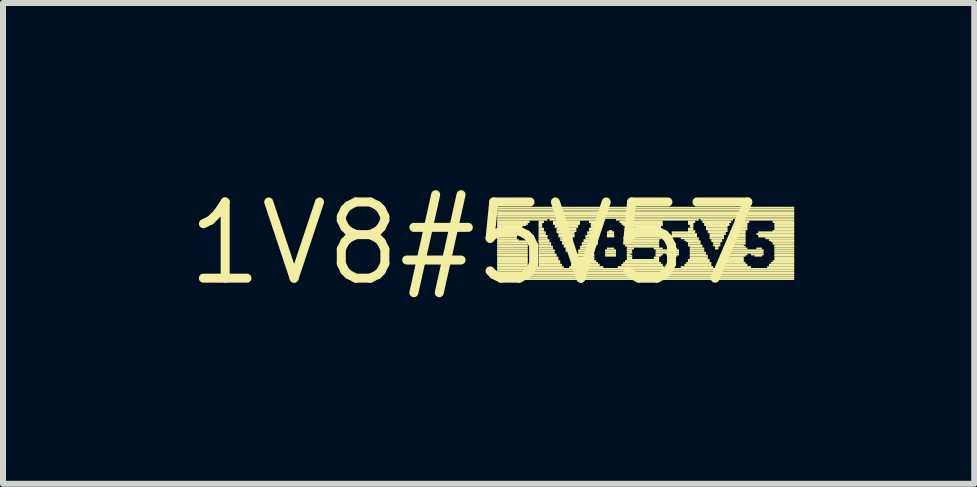
<source format=kicad_pcb>
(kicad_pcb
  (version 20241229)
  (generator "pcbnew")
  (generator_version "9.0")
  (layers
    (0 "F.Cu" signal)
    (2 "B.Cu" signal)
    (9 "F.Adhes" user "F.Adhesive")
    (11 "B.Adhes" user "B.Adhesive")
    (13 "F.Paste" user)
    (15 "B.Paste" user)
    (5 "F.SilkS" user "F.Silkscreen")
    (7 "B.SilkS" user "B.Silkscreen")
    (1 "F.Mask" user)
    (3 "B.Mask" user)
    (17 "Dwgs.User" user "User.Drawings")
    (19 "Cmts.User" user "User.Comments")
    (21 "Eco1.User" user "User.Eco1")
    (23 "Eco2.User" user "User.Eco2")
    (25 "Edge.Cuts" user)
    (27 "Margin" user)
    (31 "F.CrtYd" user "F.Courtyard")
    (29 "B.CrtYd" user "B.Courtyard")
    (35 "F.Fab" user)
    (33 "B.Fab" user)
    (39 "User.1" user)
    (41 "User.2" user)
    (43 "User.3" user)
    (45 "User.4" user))
  (footprint "1V8#5V57"
    (layer "F.Cu")
    (at 4.845 1.006)
    (property "Reference" "1V8#5V57" (at 0 0 0) (layer "F.SilkS") (effects (font (size 1.27 1.27) (thickness 0.15))))
    (fp_poly (pts (xy 0.39 -0.58) (xy 5.34 -0.58) (xy 5.34 -0.61) (xy 0.39 -0.61)) (stroke (width 0) (type default)) (fill yes) (layer "F.SilkS"))
    (fp_poly (pts (xy 0.39 -0.55) (xy 5.34 -0.55) (xy 5.34 -0.58) (xy 0.39 -0.58)) (stroke (width 0) (type default)) (fill yes) (layer "F.SilkS"))
    (fp_poly (pts (xy 0.39 -0.53) (xy 5.34 -0.53) (xy 5.34 -0.55) (xy 0.39 -0.55)) (stroke (width 0) (type default)) (fill yes) (layer "F.SilkS"))
    (fp_poly (pts (xy 0.39 -0.49) (xy 5.34 -0.49) (xy 5.34 -0.53) (xy 0.39 -0.53)) (stroke (width 0) (type default)) (fill yes) (layer "F.SilkS"))
    (fp_poly (pts (xy 0.39 -0.46) (xy 5.34 -0.46) (xy 5.34 -0.49) (xy 0.39 -0.49)) (stroke (width 0) (type default)) (fill yes) (layer "F.SilkS"))
    (fp_poly (pts (xy 0.39 -0.43) (xy 5.34 -0.43) (xy 5.34 -0.46) (xy 0.39 -0.46)) (stroke (width 0) (type default)) (fill yes) (layer "F.SilkS"))
    (fp_poly (pts (xy 0.39 -0.41) (xy 5.34 -0.41) (xy 5.34 -0.43) (xy 0.39 -0.43)) (stroke (width 0) (type default)) (fill yes) (layer "F.SilkS"))
    (fp_poly (pts (xy 0.39 -0.38) (xy 1.23 -0.38) (xy 1.23 -0.41) (xy 0.39 -0.41)) (stroke (width 0) (type default)) (fill yes) (layer "F.SilkS"))
    (fp_poly (pts (xy 0.39 -0.34) (xy 0.93 -0.34) (xy 0.93 -0.38) (xy 0.39 -0.38)) (stroke (width 0) (type default)) (fill yes) (layer "F.SilkS"))
    (fp_poly (pts (xy 0.39 -0.31) (xy 0.9 -0.31) (xy 0.9 -0.34) (xy 0.39 -0.34)) (stroke (width 0) (type default)) (fill yes) (layer "F.SilkS"))
    (fp_poly (pts (xy 0.39 -0.29) (xy 0.87 -0.29) (xy 0.87 -0.32) (xy 0.39 -0.32)) (stroke (width 0) (type default)) (fill yes) (layer "F.SilkS"))
    (fp_poly (pts (xy 0.39 -0.26) (xy 0.81 -0.26) (xy 0.81 -0.29) (xy 0.39 -0.29)) (stroke (width 0) (type default)) (fill yes) (layer "F.SilkS"))
    (fp_poly (pts (xy 0.39 -0.22) (xy 0.78 -0.22) (xy 0.78 -0.26) (xy 0.39 -0.26)) (stroke (width 0) (type default)) (fill yes) (layer "F.SilkS"))
    (fp_poly (pts (xy 0.39 -0.19) (xy 0.75 -0.19) (xy 0.75 -0.22) (xy 0.39 -0.22)) (stroke (width 0) (type default)) (fill yes) (layer "F.SilkS"))
    (fp_poly (pts (xy 0.39 -0.17) (xy 0.72 -0.17) (xy 0.72 -0.2) (xy 0.39 -0.2)) (stroke (width 0) (type default)) (fill yes) (layer "F.SilkS"))
    (fp_poly (pts (xy 0.39 -0.14) (xy 0.72 -0.14) (xy 0.72 -0.17) (xy 0.39 -0.17)) (stroke (width 0) (type default)) (fill yes) (layer "F.SilkS"))
    (fp_poly (pts (xy 0.39 -0.1) (xy 0.72 -0.1) (xy 0.72 -0.14) (xy 0.39 -0.14)) (stroke (width 0) (type default)) (fill yes) (layer "F.SilkS"))
    (fp_poly (pts (xy 0.39 -0.07) (xy 0.72 -0.07) (xy 0.72 -0.1) (xy 0.39 -0.1)) (stroke (width 0) (type default)) (fill yes) (layer "F.SilkS"))
    (fp_poly (pts (xy 0.39 -0.04) (xy 0.75 -0.04) (xy 0.75 -0.07) (xy 0.39 -0.07)) (stroke (width 0) (type default)) (fill yes) (layer "F.SilkS"))
    (fp_poly (pts (xy 0.39 -0.02) (xy 0.9 -0.02) (xy 0.9 -0.05) (xy 0.39 -0.05)) (stroke (width 0) (type default)) (fill yes) (layer "F.SilkS"))
    (fp_poly (pts (xy 0.39 0.02) (xy 0.9 0.02) (xy 0.9 -0.02) (xy 0.39 -0.02)) (stroke (width 0) (type default)) (fill yes) (layer "F.SilkS"))
    (fp_poly (pts (xy 0.39 0.05) (xy 0.9 0.05) (xy 0.9 0.02) (xy 0.39 0.02)) (stroke (width 0) (type default)) (fill yes) (layer "F.SilkS"))
    (fp_poly (pts (xy 0.39 0.07) (xy 0.9 0.07) (xy 0.9 0.04) (xy 0.39 0.04)) (stroke (width 0) (type default)) (fill yes) (layer "F.SilkS"))
    (fp_poly (pts (xy 0.39 0.1) (xy 0.9 0.1) (xy 0.9 0.07) (xy 0.39 0.07)) (stroke (width 0) (type default)) (fill yes) (layer "F.SilkS"))
    (fp_poly (pts (xy 0.39 0.14) (xy 0.9 0.14) (xy 0.9 0.1) (xy 0.39 0.1)) (stroke (width 0) (type default)) (fill yes) (layer "F.SilkS"))
    (fp_poly (pts (xy 0.39 0.17) (xy 0.9 0.17) (xy 0.9 0.14) (xy 0.39 0.14)) (stroke (width 0) (type default)) (fill yes) (layer "F.SilkS"))
    (fp_poly (pts (xy 0.39 0.2) (xy 0.9 0.2) (xy 0.9 0.17) (xy 0.39 0.17)) (stroke (width 0) (type default)) (fill yes) (layer "F.SilkS"))
    (fp_poly (pts (xy 0.39 0.22) (xy 0.9 0.22) (xy 0.9 0.19) (xy 0.39 0.19)) (stroke (width 0) (type default)) (fill yes) (layer "F.SilkS"))
    (fp_poly (pts (xy 0.39 0.26) (xy 0.9 0.26) (xy 0.9 0.22) (xy 0.39 0.22)) (stroke (width 0) (type default)) (fill yes) (layer "F.SilkS"))
    (fp_poly (pts (xy 0.39 0.29) (xy 0.9 0.29) (xy 0.9 0.26) (xy 0.39 0.26)) (stroke (width 0) (type default)) (fill yes) (layer "F.SilkS"))
    (fp_poly (pts (xy 0.39 0.31) (xy 0.9 0.31) (xy 0.9 0.28) (xy 0.39 0.28)) (stroke (width 0) (type default)) (fill yes) (layer "F.SilkS"))
    (fp_poly (pts (xy 0.39 0.34) (xy 0.9 0.34) (xy 0.9 0.31) (xy 0.39 0.31)) (stroke (width 0) (type default)) (fill yes) (layer "F.SilkS"))
    (fp_poly (pts (xy 0.39 0.38) (xy 0.9 0.38) (xy 0.9 0.34) (xy 0.39 0.34)) (stroke (width 0) (type default)) (fill yes) (layer "F.SilkS"))
    (fp_poly (pts (xy 0.39 0.41) (xy 0.9 0.41) (xy 0.9 0.38) (xy 0.39 0.38)) (stroke (width 0) (type default)) (fill yes) (layer "F.SilkS"))
    (fp_poly (pts (xy 0.39 0.44) (xy 5.34 0.44) (xy 5.34 0.41) (xy 0.39 0.41)) (stroke (width 0) (type default)) (fill yes) (layer "F.SilkS"))
    (fp_poly (pts (xy 0.39 0.47) (xy 5.34 0.47) (xy 5.34 0.44) (xy 0.39 0.44)) (stroke (width 0) (type default)) (fill yes) (layer "F.SilkS"))
    (fp_poly (pts (xy 0.39 0.5) (xy 5.34 0.5) (xy 5.34 0.47) (xy 0.39 0.47)) (stroke (width 0) (type default)) (fill yes) (layer "F.SilkS"))
    (fp_poly (pts (xy 0.39 0.52) (xy 5.34 0.52) (xy 5.34 0.49) (xy 0.39 0.49)) (stroke (width 0) (type default)) (fill yes) (layer "F.SilkS"))
    (fp_poly (pts (xy 0.39 0.55) (xy 5.34 0.55) (xy 5.34 0.52) (xy 0.39 0.52)) (stroke (width 0) (type default)) (fill yes) (layer "F.SilkS"))
    (fp_poly (pts (xy 0.39 0.58) (xy 5.34 0.58) (xy 5.34 0.55) (xy 0.39 0.55)) (stroke (width 0) (type default)) (fill yes) (layer "F.SilkS"))
    (fp_poly (pts (xy 0.39 0.61) (xy 5.34 0.61) (xy 5.34 0.58) (xy 0.39 0.58)) (stroke (width 0) (type default)) (fill yes) (layer "F.SilkS"))
    (fp_poly (pts (xy 0.87 -0.04) (xy 0.9 -0.04) (xy 0.9 -0.07) (xy 0.87 -0.07)) (stroke (width 0) (type default)) (fill yes) (layer "F.SilkS"))
    (fp_poly (pts (xy 1.05 0.41) (xy 1.5 0.41) (xy 1.5 0.38) (xy 1.05 0.38)) (stroke (width 0) (type default)) (fill yes) (layer "F.SilkS"))
    (fp_poly (pts (xy 1.08 -0.34) (xy 1.17 -0.34) (xy 1.17 -0.38) (xy 1.08 -0.38)) (stroke (width 0) (type default)) (fill yes) (layer "F.SilkS"))
    (fp_poly (pts (xy 1.08 -0.31) (xy 1.14 -0.31) (xy 1.14 -0.34) (xy 1.08 -0.34)) (stroke (width 0) (type default)) (fill yes) (layer "F.SilkS"))
    (fp_poly (pts (xy 1.08 -0.29) (xy 1.14 -0.29) (xy 1.14 -0.32) (xy 1.08 -0.32)) (stroke (width 0) (type default)) (fill yes) (layer "F.SilkS"))
    (fp_poly (pts (xy 1.08 -0.26) (xy 1.14 -0.26) (xy 1.14 -0.29) (xy 1.08 -0.29)) (stroke (width 0) (type default)) (fill yes) (layer "F.SilkS"))
    (fp_poly (pts (xy 1.08 -0.22) (xy 1.17 -0.22) (xy 1.17 -0.26) (xy 1.08 -0.26)) (stroke (width 0) (type default)) (fill yes) (layer "F.SilkS"))
    (fp_poly (pts (xy 1.08 -0.19) (xy 1.17 -0.19) (xy 1.17 -0.22) (xy 1.08 -0.22)) (stroke (width 0) (type default)) (fill yes) (layer "F.SilkS"))
    (fp_poly (pts (xy 1.08 -0.17) (xy 1.2 -0.17) (xy 1.2 -0.2) (xy 1.08 -0.2)) (stroke (width 0) (type default)) (fill yes) (layer "F.SilkS"))
    (fp_poly (pts (xy 1.08 -0.14) (xy 1.2 -0.14) (xy 1.2 -0.17) (xy 1.08 -0.17)) (stroke (width 0) (type default)) (fill yes) (layer "F.SilkS"))
    (fp_poly (pts (xy 1.08 -0.1) (xy 1.23 -0.1) (xy 1.23 -0.14) (xy 1.08 -0.14)) (stroke (width 0) (type default)) (fill yes) (layer "F.SilkS"))
    (fp_poly (pts (xy 1.08 -0.07) (xy 1.23 -0.07) (xy 1.23 -0.1) (xy 1.08 -0.1)) (stroke (width 0) (type default)) (fill yes) (layer "F.SilkS"))
    (fp_poly (pts (xy 1.08 -0.04) (xy 1.26 -0.04) (xy 1.26 -0.07) (xy 1.08 -0.07)) (stroke (width 0) (type default)) (fill yes) (layer "F.SilkS"))
    (fp_poly (pts (xy 1.08 -0.02) (xy 1.26 -0.02) (xy 1.26 -0.05) (xy 1.08 -0.05)) (stroke (width 0) (type default)) (fill yes) (layer "F.SilkS"))
    (fp_poly (pts (xy 1.08 0.02) (xy 1.29 0.02) (xy 1.29 -0.02) (xy 1.08 -0.02)) (stroke (width 0) (type default)) (fill yes) (layer "F.SilkS"))
    (fp_poly (pts (xy 1.08 0.05) (xy 1.29 0.05) (xy 1.29 0.02) (xy 1.08 0.02)) (stroke (width 0) (type default)) (fill yes) (layer "F.SilkS"))
    (fp_poly (pts (xy 1.08 0.07) (xy 1.32 0.07) (xy 1.32 0.04) (xy 1.08 0.04)) (stroke (width 0) (type default)) (fill yes) (layer "F.SilkS"))
    (fp_poly (pts (xy 1.08 0.1) (xy 1.32 0.1) (xy 1.32 0.07) (xy 1.08 0.07)) (stroke (width 0) (type default)) (fill yes) (layer "F.SilkS"))
    (fp_poly (pts (xy 1.08 0.14) (xy 1.35 0.14) (xy 1.35 0.1) (xy 1.08 0.1)) (stroke (width 0) (type default)) (fill yes) (layer "F.SilkS"))
    (fp_poly (pts (xy 1.08 0.17) (xy 1.35 0.17) (xy 1.35 0.14) (xy 1.08 0.14)) (stroke (width 0) (type default)) (fill yes) (layer "F.SilkS"))
    (fp_poly (pts (xy 1.08 0.2) (xy 1.38 0.2) (xy 1.38 0.17) (xy 1.08 0.17)) (stroke (width 0) (type default)) (fill yes) (layer "F.SilkS"))
    (fp_poly (pts (xy 1.08 0.22) (xy 1.38 0.22) (xy 1.38 0.19) (xy 1.08 0.19)) (stroke (width 0) (type default)) (fill yes) (layer "F.SilkS"))
    (fp_poly (pts (xy 1.08 0.26) (xy 1.41 0.26) (xy 1.41 0.22) (xy 1.08 0.22)) (stroke (width 0) (type default)) (fill yes) (layer "F.SilkS"))
    (fp_poly (pts (xy 1.08 0.29) (xy 1.41 0.29) (xy 1.41 0.26) (xy 1.08 0.26)) (stroke (width 0) (type default)) (fill yes) (layer "F.SilkS"))
    (fp_poly (pts (xy 1.08 0.31) (xy 1.44 0.31) (xy 1.44 0.28) (xy 1.08 0.28)) (stroke (width 0) (type default)) (fill yes) (layer "F.SilkS"))
    (fp_poly (pts (xy 1.08 0.34) (xy 1.44 0.34) (xy 1.44 0.31) (xy 1.08 0.31)) (stroke (width 0) (type default)) (fill yes) (layer "F.SilkS"))
    (fp_poly (pts (xy 1.08 0.38) (xy 1.47 0.38) (xy 1.47 0.34) (xy 1.08 0.34)) (stroke (width 0) (type default)) (fill yes) (layer "F.SilkS"))
    (fp_poly (pts (xy 1.26 -0.38) (xy 2.19 -0.38) (xy 2.19 -0.41) (xy 1.26 -0.41)) (stroke (width 0) (type default)) (fill yes) (layer "F.SilkS"))
    (fp_poly (pts (xy 1.32 -0.34) (xy 1.77 -0.34) (xy 1.77 -0.38) (xy 1.32 -0.38)) (stroke (width 0) (type default)) (fill yes) (layer "F.SilkS"))
    (fp_poly (pts (xy 1.32 -0.31) (xy 1.77 -0.31) (xy 1.77 -0.34) (xy 1.32 -0.34)) (stroke (width 0) (type default)) (fill yes) (layer "F.SilkS"))
    (fp_poly (pts (xy 1.35 -0.29) (xy 1.74 -0.29) (xy 1.74 -0.32) (xy 1.35 -0.32)) (stroke (width 0) (type default)) (fill yes) (layer "F.SilkS"))
    (fp_poly (pts (xy 1.35 -0.26) (xy 1.74 -0.26) (xy 1.74 -0.29) (xy 1.35 -0.29)) (stroke (width 0) (type default)) (fill yes) (layer "F.SilkS"))
    (fp_poly (pts (xy 1.38 -0.22) (xy 1.71 -0.22) (xy 1.71 -0.26) (xy 1.38 -0.26)) (stroke (width 0) (type default)) (fill yes) (layer "F.SilkS"))
    (fp_poly (pts (xy 1.38 -0.19) (xy 1.71 -0.19) (xy 1.71 -0.22) (xy 1.38 -0.22)) (stroke (width 0) (type default)) (fill yes) (layer "F.SilkS"))
    (fp_poly (pts (xy 1.38 -0.17) (xy 1.68 -0.17) (xy 1.68 -0.2) (xy 1.38 -0.2)) (stroke (width 0) (type default)) (fill yes) (layer "F.SilkS"))
    (fp_poly (pts (xy 1.41 -0.14) (xy 1.68 -0.14) (xy 1.68 -0.17) (xy 1.41 -0.17)) (stroke (width 0) (type default)) (fill yes) (layer "F.SilkS"))
    (fp_poly (pts (xy 1.41 -0.1) (xy 1.68 -0.1) (xy 1.68 -0.14) (xy 1.41 -0.14)) (stroke (width 0) (type default)) (fill yes) (layer "F.SilkS"))
    (fp_poly (pts (xy 1.44 -0.07) (xy 1.65 -0.07) (xy 1.65 -0.1) (xy 1.44 -0.1)) (stroke (width 0) (type default)) (fill yes) (layer "F.SilkS"))
    (fp_poly (pts (xy 1.44 -0.04) (xy 1.65 -0.04) (xy 1.65 -0.07) (xy 1.44 -0.07)) (stroke (width 0) (type default)) (fill yes) (layer "F.SilkS"))
    (fp_poly (pts (xy 1.47 -0.02) (xy 1.62 -0.02) (xy 1.62 -0.05) (xy 1.47 -0.05)) (stroke (width 0) (type default)) (fill yes) (layer "F.SilkS"))
    (fp_poly (pts (xy 1.47 0.02) (xy 1.62 0.02) (xy 1.62 -0.02) (xy 1.47 -0.02)) (stroke (width 0) (type default)) (fill yes) (layer "F.SilkS"))
    (fp_poly (pts (xy 1.5 0.05) (xy 1.59 0.05) (xy 1.59 0.02) (xy 1.5 0.02)) (stroke (width 0) (type default)) (fill yes) (layer "F.SilkS"))
    (fp_poly (pts (xy 1.5 0.07) (xy 1.59 0.07) (xy 1.59 0.04) (xy 1.5 0.04)) (stroke (width 0) (type default)) (fill yes) (layer "F.SilkS"))
    (fp_poly (pts (xy 1.53 0.1) (xy 1.56 0.1) (xy 1.56 0.07) (xy 1.53 0.07)) (stroke (width 0) (type default)) (fill yes) (layer "F.SilkS"))
    (fp_poly (pts (xy 1.53 0.14) (xy 1.56 0.14) (xy 1.56 0.1) (xy 1.53 0.1)) (stroke (width 0) (type default)) (fill yes) (layer "F.SilkS"))
    (fp_poly (pts (xy 1.59 0.41) (xy 2.16 0.41) (xy 2.16 0.38) (xy 1.59 0.38)) (stroke (width 0) (type default)) (fill yes) (layer "F.SilkS"))
    (fp_poly (pts (xy 1.62 0.38) (xy 2.1 0.38) (xy 2.1 0.34) (xy 1.62 0.34)) (stroke (width 0) (type default)) (fill yes) (layer "F.SilkS"))
    (fp_poly (pts (xy 1.65 0.31) (xy 2.04 0.31) (xy 2.04 0.28) (xy 1.65 0.28)) (stroke (width 0) (type default)) (fill yes) (layer "F.SilkS"))
    (fp_poly (pts (xy 1.65 0.34) (xy 2.07 0.34) (xy 2.07 0.31) (xy 1.65 0.31)) (stroke (width 0) (type default)) (fill yes) (layer "F.SilkS"))
    (fp_poly (pts (xy 1.68 0.26) (xy 2.01 0.26) (xy 2.01 0.22) (xy 1.68 0.22)) (stroke (width 0) (type default)) (fill yes) (layer "F.SilkS"))
    (fp_poly (pts (xy 1.68 0.29) (xy 2.01 0.29) (xy 2.01 0.26) (xy 1.68 0.26)) (stroke (width 0) (type default)) (fill yes) (layer "F.SilkS"))
    (fp_poly (pts (xy 1.71 0.2) (xy 2.01 0.2) (xy 2.01 0.17) (xy 1.71 0.17)) (stroke (width 0) (type default)) (fill yes) (layer "F.SilkS"))
    (fp_poly (pts (xy 1.71 0.22) (xy 2.01 0.22) (xy 2.01 0.19) (xy 1.71 0.19)) (stroke (width 0) (type default)) (fill yes) (layer "F.SilkS"))
    (fp_poly (pts (xy 1.74 0.14) (xy 2.01 0.14) (xy 2.01 0.1) (xy 1.74 0.1)) (stroke (width 0) (type default)) (fill yes) (layer "F.SilkS"))
    (fp_poly (pts (xy 1.74 0.17) (xy 1.98 0.17) (xy 1.98 0.14) (xy 1.74 0.14)) (stroke (width 0) (type default)) (fill yes) (layer "F.SilkS"))
    (fp_poly (pts (xy 1.77 0.07) (xy 2.01 0.07) (xy 2.01 0.04) (xy 1.77 0.04)) (stroke (width 0) (type default)) (fill yes) (layer "F.SilkS"))
    (fp_poly (pts (xy 1.77 0.1) (xy 2.01 0.1) (xy 2.01 0.07) (xy 1.77 0.07)) (stroke (width 0) (type default)) (fill yes) (layer "F.SilkS"))
    (fp_poly (pts (xy 1.8 0.02) (xy 2.07 0.02) (xy 2.07 -0.02) (xy 1.8 -0.02)) (stroke (width 0) (type default)) (fill yes) (layer "F.SilkS"))
    (fp_poly (pts (xy 1.8 0.05) (xy 2.04 0.05) (xy 2.04 0.02) (xy 1.8 0.02)) (stroke (width 0) (type default)) (fill yes) (layer "F.SilkS"))
    (fp_poly (pts (xy 1.83 -0.04) (xy 2.04 -0.04) (xy 2.04 -0.07) (xy 1.83 -0.07)) (stroke (width 0) (type default)) (fill yes) (layer "F.SilkS"))
    (fp_poly (pts (xy 1.83 -0.02) (xy 2.07 -0.02) (xy 2.07 -0.05) (xy 1.83 -0.05)) (stroke (width 0) (type default)) (fill yes) (layer "F.SilkS"))
    (fp_poly (pts (xy 1.86 -0.1) (xy 2.01 -0.1) (xy 2.01 -0.14) (xy 1.86 -0.14)) (stroke (width 0) (type default)) (fill yes) (layer "F.SilkS"))
    (fp_poly (pts (xy 1.86 -0.07) (xy 2.04 -0.07) (xy 2.04 -0.1) (xy 1.86 -0.1)) (stroke (width 0) (type default)) (fill yes) (layer "F.SilkS"))
    (fp_poly (pts (xy 1.89 -0.17) (xy 2.01 -0.17) (xy 2.01 -0.2) (xy 1.89 -0.2)) (stroke (width 0) (type default)) (fill yes) (layer "F.SilkS"))
    (fp_poly (pts (xy 1.89 -0.14) (xy 2.01 -0.14) (xy 2.01 -0.17) (xy 1.89 -0.17)) (stroke (width 0) (type default)) (fill yes) (layer "F.SilkS"))
    (fp_poly (pts (xy 1.92 -0.34) (xy 2.13 -0.34) (xy 2.13 -0.38) (xy 1.92 -0.38)) (stroke (width 0) (type default)) (fill yes) (layer "F.SilkS"))
    (fp_poly (pts (xy 1.92 -0.22) (xy 2.04 -0.22) (xy 2.04 -0.26) (xy 1.92 -0.26)) (stroke (width 0) (type default)) (fill yes) (layer "F.SilkS"))
    (fp_poly (pts (xy 1.92 -0.19) (xy 2.01 -0.19) (xy 2.01 -0.22) (xy 1.92 -0.22)) (stroke (width 0) (type default)) (fill yes) (layer "F.SilkS"))
    (fp_poly (pts (xy 1.95 -0.31) (xy 2.1 -0.31) (xy 2.1 -0.34) (xy 1.95 -0.34)) (stroke (width 0) (type default)) (fill yes) (layer "F.SilkS"))
    (fp_poly (pts (xy 1.95 -0.29) (xy 2.07 -0.29) (xy 2.07 -0.32) (xy 1.95 -0.32)) (stroke (width 0) (type default)) (fill yes) (layer "F.SilkS"))
    (fp_poly (pts (xy 1.95 -0.26) (xy 2.04 -0.26) (xy 2.04 -0.29) (xy 1.95 -0.29)) (stroke (width 0) (type default)) (fill yes) (layer "F.SilkS"))
    (fp_poly (pts (xy 2.19 0.14) (xy 2.37 0.14) (xy 2.37 0.1) (xy 2.19 0.1)) (stroke (width 0) (type default)) (fill yes) (layer "F.SilkS"))
    (fp_poly (pts (xy 2.19 0.17) (xy 2.37 0.17) (xy 2.37 0.14) (xy 2.19 0.14)) (stroke (width 0) (type default)) (fill yes) (layer "F.SilkS"))
    (fp_poly (pts (xy 2.19 0.2) (xy 2.37 0.2) (xy 2.37 0.17) (xy 2.19 0.17)) (stroke (width 0) (type default)) (fill yes) (layer "F.SilkS"))
    (fp_poly (pts (xy 2.19 0.22) (xy 2.37 0.22) (xy 2.37 0.19) (xy 2.19 0.19)) (stroke (width 0) (type default)) (fill yes) (layer "F.SilkS"))
    (fp_poly (pts (xy 2.22 -0.17) (xy 2.34 -0.17) (xy 2.34 -0.2) (xy 2.22 -0.2)) (stroke (width 0) (type default)) (fill yes) (layer "F.SilkS"))
    (fp_poly (pts (xy 2.22 -0.14) (xy 2.34 -0.14) (xy 2.34 -0.17) (xy 2.22 -0.17)) (stroke (width 0) (type default)) (fill yes) (layer "F.SilkS"))
    (fp_poly (pts (xy 2.22 -0.1) (xy 2.34 -0.1) (xy 2.34 -0.14) (xy 2.22 -0.14)) (stroke (width 0) (type default)) (fill yes) (layer "F.SilkS"))
    (fp_poly (pts (xy 2.22 0.1) (xy 2.34 0.1) (xy 2.34 0.07) (xy 2.22 0.07)) (stroke (width 0) (type default)) (fill yes) (layer "F.SilkS"))
    (fp_poly (pts (xy 2.25 -0.19) (xy 2.31 -0.19) (xy 2.31 -0.22) (xy 2.25 -0.22)) (stroke (width 0) (type default)) (fill yes) (layer "F.SilkS"))
    (fp_poly (pts (xy 2.37 -0.38) (xy 3.75 -0.38) (xy 3.75 -0.41) (xy 2.37 -0.41)) (stroke (width 0) (type default)) (fill yes) (layer "F.SilkS"))
    (fp_poly (pts (xy 2.4 0.41) (xy 3.18 0.41) (xy 3.18 0.38) (xy 2.4 0.38)) (stroke (width 0) (type default)) (fill yes) (layer "F.SilkS"))
    (fp_poly (pts (xy 2.43 -0.34) (xy 3.15 -0.34) (xy 3.15 -0.38) (xy 2.43 -0.38)) (stroke (width 0) (type default)) (fill yes) (layer "F.SilkS"))
    (fp_poly (pts (xy 2.46 -0.31) (xy 3.15 -0.31) (xy 3.15 -0.34) (xy 2.46 -0.34)) (stroke (width 0) (type default)) (fill yes) (layer "F.SilkS"))
    (fp_poly (pts (xy 2.46 0.38) (xy 3.15 0.38) (xy 3.15 0.34) (xy 2.46 0.34)) (stroke (width 0) (type default)) (fill yes) (layer "F.SilkS"))
    (fp_poly (pts (xy 2.49 -0.29) (xy 3.15 -0.29) (xy 3.15 -0.32) (xy 2.49 -0.32)) (stroke (width 0) (type default)) (fill yes) (layer "F.SilkS"))
    (fp_poly (pts (xy 2.49 -0.02) (xy 3.09 -0.02) (xy 3.09 -0.05) (xy 2.49 -0.05)) (stroke (width 0) (type default)) (fill yes) (layer "F.SilkS"))
    (fp_poly (pts (xy 2.49 0.02) (xy 3.09 0.02) (xy 3.09 -0.02) (xy 2.49 -0.02)) (stroke (width 0) (type default)) (fill yes) (layer "F.SilkS"))
    (fp_poly (pts (xy 2.49 0.34) (xy 3.12 0.34) (xy 3.12 0.31) (xy 2.49 0.31)) (stroke (width 0) (type default)) (fill yes) (layer "F.SilkS"))
    (fp_poly (pts (xy 2.52 -0.26) (xy 3.12 -0.26) (xy 3.12 -0.29) (xy 2.52 -0.29)) (stroke (width 0) (type default)) (fill yes) (layer "F.SilkS"))
    (fp_poly (pts (xy 2.52 -0.22) (xy 3.12 -0.22) (xy 3.12 -0.26) (xy 2.52 -0.26)) (stroke (width 0) (type default)) (fill yes) (layer "F.SilkS"))
    (fp_poly (pts (xy 2.52 -0.19) (xy 3.12 -0.19) (xy 3.12 -0.22) (xy 2.52 -0.22)) (stroke (width 0) (type default)) (fill yes) (layer "F.SilkS"))
    (fp_poly (pts (xy 2.52 -0.07) (xy 3.12 -0.07) (xy 3.12 -0.1) (xy 2.52 -0.1)) (stroke (width 0) (type default)) (fill yes) (layer "F.SilkS"))
    (fp_poly (pts (xy 2.52 -0.04) (xy 3.09 -0.04) (xy 3.09 -0.07) (xy 2.52 -0.07)) (stroke (width 0) (type default)) (fill yes) (layer "F.SilkS"))
    (fp_poly (pts (xy 2.52 0.05) (xy 3.09 0.05) (xy 3.09 0.02) (xy 2.52 0.02)) (stroke (width 0) (type default)) (fill yes) (layer "F.SilkS"))
    (fp_poly (pts (xy 2.52 0.31) (xy 3.09 0.31) (xy 3.09 0.28) (xy 2.52 0.28)) (stroke (width 0) (type default)) (fill yes) (layer "F.SilkS"))
    (fp_poly (pts (xy 2.55 -0.17) (xy 3.12 -0.17) (xy 3.12 -0.2) (xy 2.55 -0.2)) (stroke (width 0) (type default)) (fill yes) (layer "F.SilkS"))
    (fp_poly (pts (xy 2.55 -0.14) (xy 3.12 -0.14) (xy 3.12 -0.17) (xy 2.55 -0.17)) (stroke (width 0) (type default)) (fill yes) (layer "F.SilkS"))
    (fp_poly (pts (xy 2.55 -0.1) (xy 3.12 -0.1) (xy 3.12 -0.14) (xy 2.55 -0.14)) (stroke (width 0) (type default)) (fill yes) (layer "F.SilkS"))
    (fp_poly (pts (xy 2.55 0.07) (xy 3.09 0.07) (xy 3.09 0.04) (xy 2.55 0.04)) (stroke (width 0) (type default)) (fill yes) (layer "F.SilkS"))
    (fp_poly (pts (xy 2.55 0.1) (xy 2.67 0.1) (xy 2.67 0.07) (xy 2.55 0.07)) (stroke (width 0) (type default)) (fill yes) (layer "F.SilkS"))
    (fp_poly (pts (xy 2.55 0.14) (xy 2.64 0.14) (xy 2.64 0.1) (xy 2.55 0.1)) (stroke (width 0) (type default)) (fill yes) (layer "F.SilkS"))
    (fp_poly (pts (xy 2.55 0.17) (xy 2.64 0.17) (xy 2.64 0.14) (xy 2.55 0.14)) (stroke (width 0) (type default)) (fill yes) (layer "F.SilkS"))
    (fp_poly (pts (xy 2.55 0.2) (xy 2.61 0.2) (xy 2.61 0.17) (xy 2.55 0.17)) (stroke (width 0) (type default)) (fill yes) (layer "F.SilkS"))
    (fp_poly (pts (xy 2.55 0.22) (xy 2.64 0.22) (xy 2.64 0.19) (xy 2.55 0.19)) (stroke (width 0) (type default)) (fill yes) (layer "F.SilkS"))
    (fp_poly (pts (xy 2.55 0.26) (xy 2.64 0.26) (xy 2.64 0.22) (xy 2.55 0.22)) (stroke (width 0) (type default)) (fill yes) (layer "F.SilkS"))
    (fp_poly (pts (xy 2.55 0.29) (xy 3.09 0.29) (xy 3.09 0.26) (xy 2.55 0.26)) (stroke (width 0) (type default)) (fill yes) (layer "F.SilkS"))
    (fp_poly (pts (xy 3 0.1) (xy 3.15 0.1) (xy 3.15 0.07) (xy 3 0.07)) (stroke (width 0) (type default)) (fill yes) (layer "F.SilkS"))
    (fp_poly (pts (xy 3 0.26) (xy 3.09 0.26) (xy 3.09 0.22) (xy 3 0.22)) (stroke (width 0) (type default)) (fill yes) (layer "F.SilkS"))
    (fp_poly (pts (xy 3.03 0.14) (xy 3.42 0.14) (xy 3.42 0.1) (xy 3.03 0.1)) (stroke (width 0) (type default)) (fill yes) (layer "F.SilkS"))
    (fp_poly (pts (xy 3.03 0.17) (xy 3.42 0.17) (xy 3.42 0.14) (xy 3.03 0.14)) (stroke (width 0) (type default)) (fill yes) (layer "F.SilkS"))
    (fp_poly (pts (xy 3.03 0.2) (xy 3.15 0.2) (xy 3.15 0.17) (xy 3.03 0.17)) (stroke (width 0) (type default)) (fill yes) (layer "F.SilkS"))
    (fp_poly (pts (xy 3.03 0.22) (xy 3.12 0.22) (xy 3.12 0.19) (xy 3.03 0.19)) (stroke (width 0) (type default)) (fill yes) (layer "F.SilkS"))
    (fp_poly (pts (xy 3.21 0.2) (xy 3.42 0.2) (xy 3.42 0.17) (xy 3.21 0.17)) (stroke (width 0) (type default)) (fill yes) (layer "F.SilkS"))
    (fp_poly (pts (xy 3.24 0.22) (xy 3.39 0.22) (xy 3.39 0.19) (xy 3.24 0.19)) (stroke (width 0) (type default)) (fill yes) (layer "F.SilkS"))
    (fp_poly (pts (xy 3.27 0.1) (xy 3.39 0.1) (xy 3.39 0.07) (xy 3.27 0.07)) (stroke (width 0) (type default)) (fill yes) (layer "F.SilkS"))
    (fp_poly (pts (xy 3.3 -0.17) (xy 3.69 -0.17) (xy 3.69 -0.2) (xy 3.3 -0.2)) (stroke (width 0) (type default)) (fill yes) (layer "F.SilkS"))
    (fp_poly (pts (xy 3.3 -0.14) (xy 3.72 -0.14) (xy 3.72 -0.17) (xy 3.3 -0.17)) (stroke (width 0) (type default)) (fill yes) (layer "F.SilkS"))
    (fp_poly (pts (xy 3.3 -0.1) (xy 3.72 -0.1) (xy 3.72 -0.14) (xy 3.3 -0.14)) (stroke (width 0) (type default)) (fill yes) (layer "F.SilkS"))
    (fp_poly (pts (xy 3.45 -0.07) (xy 3.75 -0.07) (xy 3.75 -0.1) (xy 3.45 -0.1)) (stroke (width 0) (type default)) (fill yes) (layer "F.SilkS"))
    (fp_poly (pts (xy 3.45 0.41) (xy 3.99 0.41) (xy 3.99 0.38) (xy 3.45 0.38)) (stroke (width 0) (type default)) (fill yes) (layer "F.SilkS"))
    (fp_poly (pts (xy 3.51 -0.04) (xy 3.75 -0.04) (xy 3.75 -0.07) (xy 3.51 -0.07)) (stroke (width 0) (type default)) (fill yes) (layer "F.SilkS"))
    (fp_poly (pts (xy 3.51 0.38) (xy 3.96 0.38) (xy 3.96 0.34) (xy 3.51 0.34)) (stroke (width 0) (type default)) (fill yes) (layer "F.SilkS"))
    (fp_poly (pts (xy 3.54 -0.02) (xy 3.78 -0.02) (xy 3.78 -0.05) (xy 3.54 -0.05)) (stroke (width 0) (type default)) (fill yes) (layer "F.SilkS"))
    (fp_poly (pts (xy 3.54 0.34) (xy 3.96 0.34) (xy 3.96 0.31) (xy 3.54 0.31)) (stroke (width 0) (type default)) (fill yes) (layer "F.SilkS"))
    (fp_poly (pts (xy 3.57 -0.34) (xy 3.69 -0.34) (xy 3.69 -0.38) (xy 3.57 -0.38)) (stroke (width 0) (type default)) (fill yes) (layer "F.SilkS"))
    (fp_poly (pts (xy 3.57 -0.31) (xy 3.66 -0.31) (xy 3.66 -0.34) (xy 3.57 -0.34)) (stroke (width 0) (type default)) (fill yes) (layer "F.SilkS"))
    (fp_poly (pts (xy 3.57 -0.22) (xy 3.66 -0.22) (xy 3.66 -0.26) (xy 3.57 -0.26)) (stroke (width 0) (type default)) (fill yes) (layer "F.SilkS"))
    (fp_poly (pts (xy 3.57 -0.19) (xy 3.69 -0.19) (xy 3.69 -0.22) (xy 3.57 -0.22)) (stroke (width 0) (type default)) (fill yes) (layer "F.SilkS"))
    (fp_poly (pts (xy 3.57 0.02) (xy 3.78 0.02) (xy 3.78 -0.02) (xy 3.57 -0.02)) (stroke (width 0) (type default)) (fill yes) (layer "F.SilkS"))
    (fp_poly (pts (xy 3.57 0.05) (xy 3.81 0.05) (xy 3.81 0.02) (xy 3.57 0.02)) (stroke (width 0) (type default)) (fill yes) (layer "F.SilkS"))
    (fp_poly (pts (xy 3.57 0.29) (xy 3.93 0.29) (xy 3.93 0.26) (xy 3.57 0.26)) (stroke (width 0) (type default)) (fill yes) (layer "F.SilkS"))
    (fp_poly (pts (xy 3.57 0.31) (xy 3.93 0.31) (xy 3.93 0.28) (xy 3.57 0.28)) (stroke (width 0) (type default)) (fill yes) (layer "F.SilkS"))
    (fp_poly (pts (xy 3.6 -0.29) (xy 3.66 -0.29) (xy 3.66 -0.32) (xy 3.6 -0.32)) (stroke (width 0) (type default)) (fill yes) (layer "F.SilkS"))
    (fp_poly (pts (xy 3.6 -0.26) (xy 3.66 -0.26) (xy 3.66 -0.29) (xy 3.6 -0.29)) (stroke (width 0) (type default)) (fill yes) (layer "F.SilkS"))
    (fp_poly (pts (xy 3.6 0.07) (xy 3.81 0.07) (xy 3.81 0.04) (xy 3.6 0.04)) (stroke (width 0) (type default)) (fill yes) (layer "F.SilkS"))
    (fp_poly (pts (xy 3.6 0.1) (xy 3.84 0.1) (xy 3.84 0.07) (xy 3.6 0.07)) (stroke (width 0) (type default)) (fill yes) (layer "F.SilkS"))
    (fp_poly (pts (xy 3.6 0.14) (xy 3.84 0.14) (xy 3.84 0.1) (xy 3.6 0.1)) (stroke (width 0) (type default)) (fill yes) (layer "F.SilkS"))
    (fp_poly (pts (xy 3.6 0.17) (xy 3.87 0.17) (xy 3.87 0.14) (xy 3.6 0.14)) (stroke (width 0) (type default)) (fill yes) (layer "F.SilkS"))
    (fp_poly (pts (xy 3.6 0.2) (xy 3.87 0.2) (xy 3.87 0.17) (xy 3.6 0.17)) (stroke (width 0) (type default)) (fill yes) (layer "F.SilkS"))
    (fp_poly (pts (xy 3.6 0.22) (xy 3.9 0.22) (xy 3.9 0.19) (xy 3.6 0.19)) (stroke (width 0) (type default)) (fill yes) (layer "F.SilkS"))
    (fp_poly (pts (xy 3.6 0.26) (xy 3.9 0.26) (xy 3.9 0.22) (xy 3.6 0.22)) (stroke (width 0) (type default)) (fill yes) (layer "F.SilkS"))
    (fp_poly (pts (xy 3.78 -0.38) (xy 4.32 -0.38) (xy 4.32 -0.41) (xy 3.78 -0.41)) (stroke (width 0) (type default)) (fill yes) (layer "F.SilkS"))
    (fp_poly (pts (xy 3.81 -0.34) (xy 4.29 -0.34) (xy 4.29 -0.38) (xy 3.81 -0.38)) (stroke (width 0) (type default)) (fill yes) (layer "F.SilkS"))
    (fp_poly (pts (xy 3.84 -0.31) (xy 4.26 -0.31) (xy 4.26 -0.34) (xy 3.84 -0.34)) (stroke (width 0) (type default)) (fill yes) (layer "F.SilkS"))
    (fp_poly (pts (xy 3.84 -0.29) (xy 4.26 -0.29) (xy 4.26 -0.32) (xy 3.84 -0.32)) (stroke (width 0) (type default)) (fill yes) (layer "F.SilkS"))
    (fp_poly (pts (xy 3.87 -0.26) (xy 4.23 -0.26) (xy 4.23 -0.29) (xy 3.87 -0.29)) (stroke (width 0) (type default)) (fill yes) (layer "F.SilkS"))
    (fp_poly (pts (xy 3.87 -0.22) (xy 4.23 -0.22) (xy 4.23 -0.26) (xy 3.87 -0.26)) (stroke (width 0) (type default)) (fill yes) (layer "F.SilkS"))
    (fp_poly (pts (xy 3.9 -0.19) (xy 4.23 -0.19) (xy 4.23 -0.22) (xy 3.9 -0.22)) (stroke (width 0) (type default)) (fill yes) (layer "F.SilkS"))
    (fp_poly (pts (xy 3.9 -0.17) (xy 4.2 -0.17) (xy 4.2 -0.2) (xy 3.9 -0.2)) (stroke (width 0) (type default)) (fill yes) (layer "F.SilkS"))
    (fp_poly (pts (xy 3.93 -0.14) (xy 4.2 -0.14) (xy 4.2 -0.17) (xy 3.93 -0.17)) (stroke (width 0) (type default)) (fill yes) (layer "F.SilkS"))
    (fp_poly (pts (xy 3.93 -0.1) (xy 4.17 -0.1) (xy 4.17 -0.14) (xy 3.93 -0.14)) (stroke (width 0) (type default)) (fill yes) (layer "F.SilkS"))
    (fp_poly (pts (xy 3.93 -0.07) (xy 4.17 -0.07) (xy 4.17 -0.1) (xy 3.93 -0.1)) (stroke (width 0) (type default)) (fill yes) (layer "F.SilkS"))
    (fp_poly (pts (xy 3.96 -0.04) (xy 4.14 -0.04) (xy 4.14 -0.07) (xy 3.96 -0.07)) (stroke (width 0) (type default)) (fill yes) (layer "F.SilkS"))
    (fp_poly (pts (xy 3.96 -0.02) (xy 4.14 -0.02) (xy 4.14 -0.05) (xy 3.96 -0.05)) (stroke (width 0) (type default)) (fill yes) (layer "F.SilkS"))
    (fp_poly (pts (xy 3.99 0.02) (xy 4.11 0.02) (xy 4.11 -0.02) (xy 3.99 -0.02)) (stroke (width 0) (type default)) (fill yes) (layer "F.SilkS"))
    (fp_poly (pts (xy 3.99 0.05) (xy 4.11 0.05) (xy 4.11 0.02) (xy 3.99 0.02)) (stroke (width 0) (type default)) (fill yes) (layer "F.SilkS"))
    (fp_poly (pts (xy 4.02 0.07) (xy 4.08 0.07) (xy 4.08 0.04) (xy 4.02 0.04)) (stroke (width 0) (type default)) (fill yes) (layer "F.SilkS"))
    (fp_poly (pts (xy 4.02 0.1) (xy 4.08 0.1) (xy 4.08 0.07) (xy 4.02 0.07)) (stroke (width 0) (type default)) (fill yes) (layer "F.SilkS"))
    (fp_poly (pts (xy 4.11 0.41) (xy 4.62 0.41) (xy 4.62 0.38) (xy 4.11 0.38)) (stroke (width 0) (type default)) (fill yes) (layer "F.SilkS"))
    (fp_poly (pts (xy 4.14 0.34) (xy 4.53 0.34) (xy 4.53 0.31) (xy 4.14 0.31)) (stroke (width 0) (type default)) (fill yes) (layer "F.SilkS"))
    (fp_poly (pts (xy 4.14 0.38) (xy 4.56 0.38) (xy 4.56 0.34) (xy 4.14 0.34)) (stroke (width 0) (type default)) (fill yes) (layer "F.SilkS"))
    (fp_poly (pts (xy 4.17 0.29) (xy 4.5 0.29) (xy 4.5 0.26) (xy 4.17 0.26)) (stroke (width 0) (type default)) (fill yes) (layer "F.SilkS"))
    (fp_poly (pts (xy 4.17 0.31) (xy 4.5 0.31) (xy 4.5 0.28) (xy 4.17 0.28)) (stroke (width 0) (type default)) (fill yes) (layer "F.SilkS"))
    (fp_poly (pts (xy 4.2 0.22) (xy 4.53 0.22) (xy 4.53 0.19) (xy 4.2 0.19)) (stroke (width 0) (type default)) (fill yes) (layer "F.SilkS"))
    (fp_poly (pts (xy 4.2 0.26) (xy 4.5 0.26) (xy 4.5 0.22) (xy 4.2 0.22)) (stroke (width 0) (type default)) (fill yes) (layer "F.SilkS"))
    (fp_poly (pts (xy 4.23 0.17) (xy 4.83 0.17) (xy 4.83 0.14) (xy 4.23 0.14)) (stroke (width 0) (type default)) (fill yes) (layer "F.SilkS"))
    (fp_poly (pts (xy 4.23 0.2) (xy 4.56 0.2) (xy 4.56 0.17) (xy 4.23 0.17)) (stroke (width 0) (type default)) (fill yes) (layer "F.SilkS"))
    (fp_poly (pts (xy 4.26 0.1) (xy 4.56 0.1) (xy 4.56 0.07) (xy 4.26 0.07)) (stroke (width 0) (type default)) (fill yes) (layer "F.SilkS"))
    (fp_poly (pts (xy 4.26 0.14) (xy 4.83 0.14) (xy 4.83 0.1) (xy 4.26 0.1)) (stroke (width 0) (type default)) (fill yes) (layer "F.SilkS"))
    (fp_poly (pts (xy 4.29 0.05) (xy 4.5 0.05) (xy 4.5 0.02) (xy 4.29 0.02)) (stroke (width 0) (type default)) (fill yes) (layer "F.SilkS"))
    (fp_poly (pts (xy 4.29 0.07) (xy 4.53 0.07) (xy 4.53 0.04) (xy 4.29 0.04)) (stroke (width 0) (type default)) (fill yes) (layer "F.SilkS"))
    (fp_poly (pts (xy 4.32 -0.02) (xy 4.53 -0.02) (xy 4.53 -0.05) (xy 4.32 -0.05)) (stroke (width 0) (type default)) (fill yes) (layer "F.SilkS"))
    (fp_poly (pts (xy 4.32 0.02) (xy 4.53 0.02) (xy 4.53 -0.02) (xy 4.32 -0.02)) (stroke (width 0) (type default)) (fill yes) (layer "F.SilkS"))
    (fp_poly (pts (xy 4.35 -0.38) (xy 5.34 -0.38) (xy 5.34 -0.41) (xy 4.35 -0.41)) (stroke (width 0) (type default)) (fill yes) (layer "F.SilkS"))
    (fp_poly (pts (xy 4.35 -0.07) (xy 4.53 -0.07) (xy 4.53 -0.1) (xy 4.35 -0.1)) (stroke (width 0) (type default)) (fill yes) (layer "F.SilkS"))
    (fp_poly (pts (xy 4.35 -0.04) (xy 4.53 -0.04) (xy 4.53 -0.07) (xy 4.35 -0.07)) (stroke (width 0) (type default)) (fill yes) (layer "F.SilkS"))
    (fp_poly (pts (xy 4.38 -0.14) (xy 4.53 -0.14) (xy 4.53 -0.17) (xy 4.38 -0.17)) (stroke (width 0) (type default)) (fill yes) (layer "F.SilkS"))
    (fp_poly (pts (xy 4.38 -0.1) (xy 4.53 -0.1) (xy 4.53 -0.14) (xy 4.38 -0.14)) (stroke (width 0) (type default)) (fill yes) (layer "F.SilkS"))
    (fp_poly (pts (xy 4.41 -0.34) (xy 4.59 -0.34) (xy 4.59 -0.38) (xy 4.41 -0.38)) (stroke (width 0) (type default)) (fill yes) (layer "F.SilkS"))
    (fp_poly (pts (xy 4.41 -0.19) (xy 4.53 -0.19) (xy 4.53 -0.22) (xy 4.41 -0.22)) (stroke (width 0) (type default)) (fill yes) (layer "F.SilkS"))
    (fp_poly (pts (xy 4.41 -0.17) (xy 4.53 -0.17) (xy 4.53 -0.2) (xy 4.41 -0.2)) (stroke (width 0) (type default)) (fill yes) (layer "F.SilkS"))
    (fp_poly (pts (xy 4.44 -0.31) (xy 4.56 -0.31) (xy 4.56 -0.34) (xy 4.44 -0.34)) (stroke (width 0) (type default)) (fill yes) (layer "F.SilkS"))
    (fp_poly (pts (xy 4.44 -0.26) (xy 4.56 -0.26) (xy 4.56 -0.29) (xy 4.44 -0.29)) (stroke (width 0) (type default)) (fill yes) (layer "F.SilkS"))
    (fp_poly (pts (xy 4.44 -0.22) (xy 4.56 -0.22) (xy 4.56 -0.26) (xy 4.44 -0.26)) (stroke (width 0) (type default)) (fill yes) (layer "F.SilkS"))
    (fp_poly (pts (xy 4.47 -0.29) (xy 4.56 -0.29) (xy 4.56 -0.32) (xy 4.47 -0.32)) (stroke (width 0) (type default)) (fill yes) (layer "F.SilkS"))
    (fp_poly (pts (xy 4.62 0.2) (xy 4.83 0.2) (xy 4.83 0.17) (xy 4.62 0.17)) (stroke (width 0) (type default)) (fill yes) (layer "F.SilkS"))
    (fp_poly (pts (xy 4.68 0.22) (xy 4.8 0.22) (xy 4.8 0.19) (xy 4.68 0.19)) (stroke (width 0) (type default)) (fill yes) (layer "F.SilkS"))
    (fp_poly (pts (xy 4.71 -0.14) (xy 5.34 -0.14) (xy 5.34 -0.17) (xy 4.71 -0.17)) (stroke (width 0) (type default)) (fill yes) (layer "F.SilkS"))
    (fp_poly (pts (xy 4.71 0.1) (xy 4.8 0.1) (xy 4.8 0.07) (xy 4.71 0.07)) (stroke (width 0) (type default)) (fill yes) (layer "F.SilkS"))
    (fp_poly (pts (xy 4.74 -0.17) (xy 5.34 -0.17) (xy 5.34 -0.2) (xy 4.74 -0.2)) (stroke (width 0) (type default)) (fill yes) (layer "F.SilkS"))
    (fp_poly (pts (xy 4.74 -0.1) (xy 5.34 -0.1) (xy 5.34 -0.14) (xy 4.74 -0.14)) (stroke (width 0) (type default)) (fill yes) (layer "F.SilkS"))
    (fp_poly (pts (xy 4.86 -0.07) (xy 5.34 -0.07) (xy 5.34 -0.1) (xy 4.86 -0.1)) (stroke (width 0) (type default)) (fill yes) (layer "F.SilkS"))
    (fp_poly (pts (xy 4.89 0.41) (xy 5.34 0.41) (xy 5.34 0.38) (xy 4.89 0.38)) (stroke (width 0) (type default)) (fill yes) (layer "F.SilkS"))
    (fp_poly (pts (xy 4.92 -0.04) (xy 5.34 -0.04) (xy 5.34 -0.07) (xy 4.92 -0.07)) (stroke (width 0) (type default)) (fill yes) (layer "F.SilkS"))
    (fp_poly (pts (xy 4.92 0.38) (xy 5.34 0.38) (xy 5.34 0.34) (xy 4.92 0.34)) (stroke (width 0) (type default)) (fill yes) (layer "F.SilkS"))
    (fp_poly (pts (xy 4.95 -0.02) (xy 5.34 -0.02) (xy 5.34 -0.05) (xy 4.95 -0.05)) (stroke (width 0) (type default)) (fill yes) (layer "F.SilkS"))
    (fp_poly (pts (xy 4.95 0.34) (xy 5.34 0.34) (xy 5.34 0.31) (xy 4.95 0.31)) (stroke (width 0) (type default)) (fill yes) (layer "F.SilkS"))
    (fp_poly (pts (xy 4.98 -0.34) (xy 5.34 -0.34) (xy 5.34 -0.38) (xy 4.98 -0.38)) (stroke (width 0) (type default)) (fill yes) (layer "F.SilkS"))
    (fp_poly (pts (xy 4.98 -0.19) (xy 5.34 -0.19) (xy 5.34 -0.22) (xy 4.98 -0.22)) (stroke (width 0) (type default)) (fill yes) (layer "F.SilkS"))
    (fp_poly (pts (xy 4.98 0.02) (xy 5.34 0.02) (xy 5.34 -0.02) (xy 4.98 -0.02)) (stroke (width 0) (type default)) (fill yes) (layer "F.SilkS"))
    (fp_poly (pts (xy 4.98 0.31) (xy 5.34 0.31) (xy 5.34 0.28) (xy 4.98 0.28)) (stroke (width 0) (type default)) (fill yes) (layer "F.SilkS"))
    (fp_poly (pts (xy 5.01 -0.31) (xy 5.34 -0.31) (xy 5.34 -0.34) (xy 5.01 -0.34)) (stroke (width 0) (type default)) (fill yes) (layer "F.SilkS"))
    (fp_poly (pts (xy 5.01 -0.29) (xy 5.34 -0.29) (xy 5.34 -0.32) (xy 5.01 -0.32)) (stroke (width 0) (type default)) (fill yes) (layer "F.SilkS"))
    (fp_poly (pts (xy 5.01 -0.26) (xy 5.34 -0.26) (xy 5.34 -0.29) (xy 5.01 -0.29)) (stroke (width 0) (type default)) (fill yes) (layer "F.SilkS"))
    (fp_poly (pts (xy 5.01 -0.22) (xy 5.34 -0.22) (xy 5.34 -0.26) (xy 5.01 -0.26)) (stroke (width 0) (type default)) (fill yes) (layer "F.SilkS"))
    (fp_poly (pts (xy 5.01 0.05) (xy 5.34 0.05) (xy 5.34 0.02) (xy 5.01 0.02)) (stroke (width 0) (type default)) (fill yes) (layer "F.SilkS"))
    (fp_poly (pts (xy 5.01 0.07) (xy 5.34 0.07) (xy 5.34 0.04) (xy 5.01 0.04)) (stroke (width 0) (type default)) (fill yes) (layer "F.SilkS"))
    (fp_poly (pts (xy 5.01 0.1) (xy 5.34 0.1) (xy 5.34 0.07) (xy 5.01 0.07)) (stroke (width 0) (type default)) (fill yes) (layer "F.SilkS"))
    (fp_poly (pts (xy 5.01 0.14) (xy 5.34 0.14) (xy 5.34 0.1) (xy 5.01 0.1)) (stroke (width 0) (type default)) (fill yes) (layer "F.SilkS"))
    (fp_poly (pts (xy 5.01 0.17) (xy 5.34 0.17) (xy 5.34 0.14) (xy 5.01 0.14)) (stroke (width 0) (type default)) (fill yes) (layer "F.SilkS"))
    (fp_poly (pts (xy 5.01 0.2) (xy 5.34 0.2) (xy 5.34 0.17) (xy 5.01 0.17)) (stroke (width 0) (type default)) (fill yes) (layer "F.SilkS"))
    (fp_poly (pts (xy 5.01 0.22) (xy 5.34 0.22) (xy 5.34 0.19) (xy 5.01 0.19)) (stroke (width 0) (type default)) (fill yes) (layer "F.SilkS"))
    (fp_poly (pts (xy 5.01 0.26) (xy 5.34 0.26) (xy 5.34 0.22) (xy 5.01 0.22)) (stroke (width 0) (type default)) (fill yes) (layer "F.SilkS"))
    (fp_poly (pts (xy 5.01 0.29) (xy 5.34 0.29) (xy 5.34 0.26) (xy 5.01 0.26)) (stroke (width 0) (type default)) (fill yes) (layer "F.SilkS")))
  (gr_rect
    (start -3 -3)
    (end 13.185 5.012)
    (stroke (width 0.1) (type default))
    (fill no)
    (layer "Edge.Cuts")))
</source>
